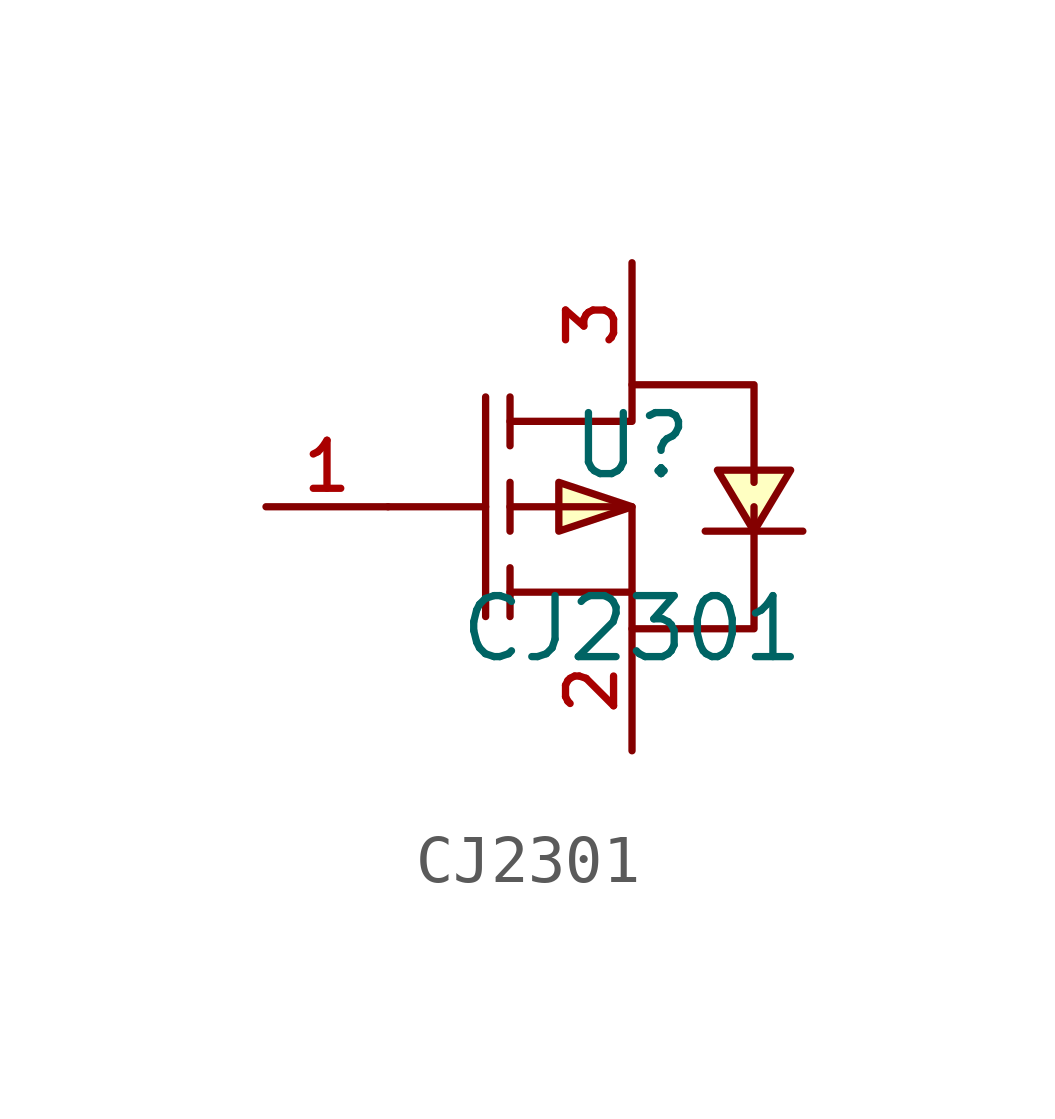
<source format=kicad_sym>
(kicad_symbol_lib
  (version 20210201)
  (generator TousstNicolas/JLC2KiCad_lib)
  (symbol "CJ2301"
    (pin_names hide)
    (property "Reference" "U"
      (at 0 1.27 0)
      (effects (font (size 1.27 1.27))))
    (property "Value" "CJ2301"
      (at 0 -2.54 0)
      (effects (font (size 1.27 1.27))))
    (symbol "CJ2301_0_1"
      (polyline (pts (xy 0.0 -0.0) (xy -1.524 0.508) (xy -1.524 -0.508) (xy 0.0 -0.0)) (stroke (width 0) (type default) (color 0 0 0 0)) (fill (type background)))
      (polyline (pts (xy 2.54 -0.508) (xy 3.302 0.762) (xy 1.778 0.762) (xy 2.54 -0.508)) (stroke (width 0) (type default) (color 0 0 0 0)) (fill (type background)))
      (polyline (pts (xy -2.54 1.778) (xy 0.0 1.778) (xy 0.0 2.54) (xy 2.54 2.54) (xy 2.54 2.54) (xy 2.54 0.508)) (stroke (width 0) (type default) (color 0 0 0 0)) (fill (type none)))
      (polyline (pts (xy -2.54 -0.0) (xy 0.0 -0.0) (xy 0.0 -2.54) (xy 2.54 -2.54) (xy 2.54 -2.54) (xy 2.54 -0.0)) (stroke (width 0) (type default) (color 0 0 0 0)) (fill (type none)))
      (polyline (pts (xy 0.0 -1.778) (xy -2.54 -1.778)) (stroke (width 0) (type default) (color 0 0 0 0)) (fill (type none)))
      (polyline (pts (xy -3.048 2.286) (xy -3.048 -2.286)) (stroke (width 0) (type default) (color 0 0 0 0)) (fill (type none)))
      (polyline (pts (xy -2.54 2.286) (xy -2.54 1.27)) (stroke (width 0) (type default) (color 0 0 0 0)) (fill (type none)))
      (polyline (pts (xy -2.54 -0.508) (xy -2.54 0.508)) (stroke (width 0) (type default) (color 0 0 0 0)) (fill (type none)))
      (polyline (pts (xy -2.54 -2.286) (xy -2.54 -1.27)) (stroke (width 0) (type default) (color 0 0 0 0)) (fill (type none)))
      (polyline (pts (xy -5.08 -0.0) (xy -3.048 -0.0)) (stroke (width 0) (type default) (color 0 0 0 0)) (fill (type none)))
      (polyline (pts (xy 1.524 -0.508) (xy 2.032 -0.508) (xy 3.048 -0.508) (xy 3.556 -0.508)) (stroke (width 0) (type default) (color 0 0 0 0)) (fill (type none)))
      (pin unspecified line (at 0.0 5.08 270) (length 2.54) (name "D" (effects (font (size 1 1)))) (number "3" (effects (font (size 1 1)))))
      (pin unspecified line (at -7.62 -0.0 0) (length 2.54) (name "G" (effects (font (size 1 1)))) (number "1" (effects (font (size 1 1)))))
      (pin unspecified line (at 0.0 -5.08 90) (length 2.54) (name "S" (effects (font (size 1 1)))) (number "2" (effects (font (size 1 1))))))))
</source>
